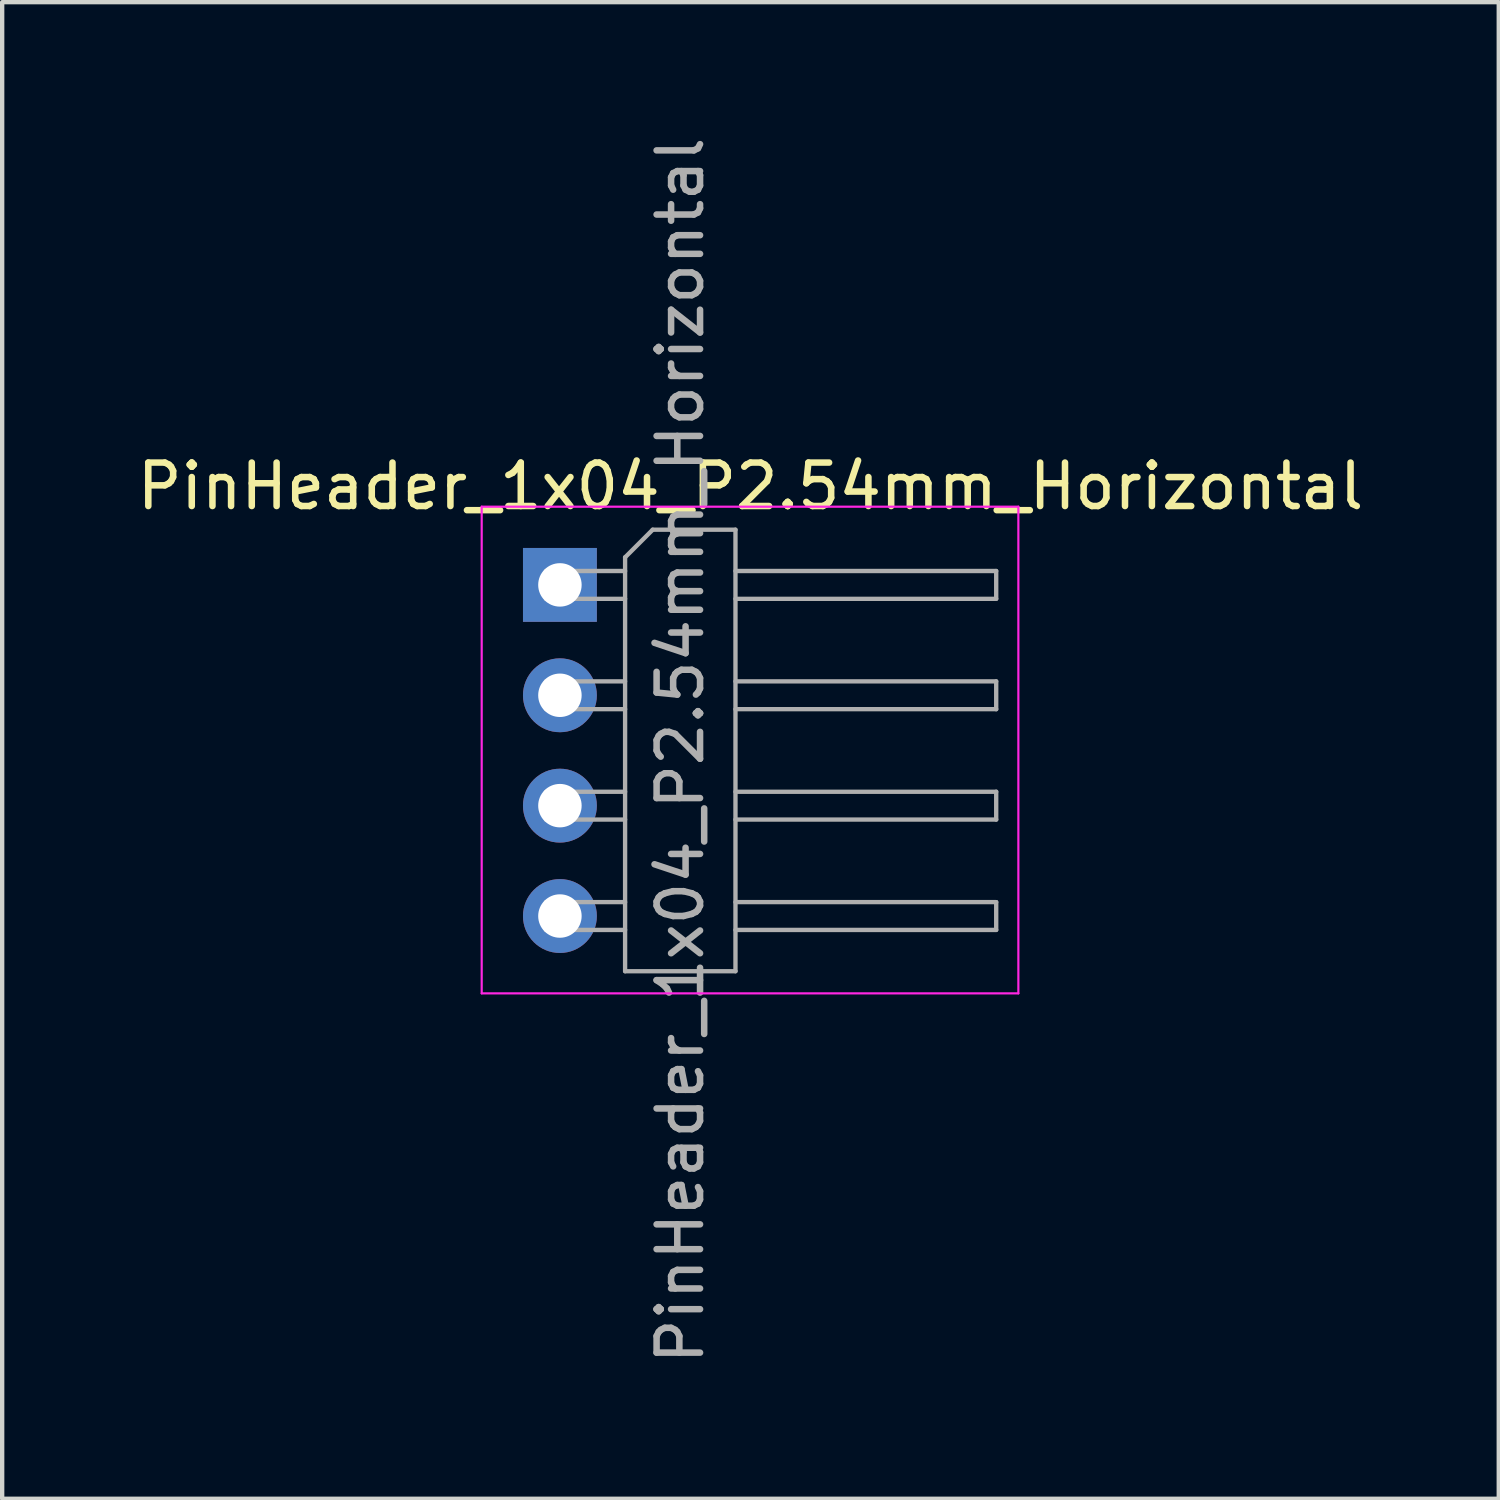
<source format=kicad_pcb>
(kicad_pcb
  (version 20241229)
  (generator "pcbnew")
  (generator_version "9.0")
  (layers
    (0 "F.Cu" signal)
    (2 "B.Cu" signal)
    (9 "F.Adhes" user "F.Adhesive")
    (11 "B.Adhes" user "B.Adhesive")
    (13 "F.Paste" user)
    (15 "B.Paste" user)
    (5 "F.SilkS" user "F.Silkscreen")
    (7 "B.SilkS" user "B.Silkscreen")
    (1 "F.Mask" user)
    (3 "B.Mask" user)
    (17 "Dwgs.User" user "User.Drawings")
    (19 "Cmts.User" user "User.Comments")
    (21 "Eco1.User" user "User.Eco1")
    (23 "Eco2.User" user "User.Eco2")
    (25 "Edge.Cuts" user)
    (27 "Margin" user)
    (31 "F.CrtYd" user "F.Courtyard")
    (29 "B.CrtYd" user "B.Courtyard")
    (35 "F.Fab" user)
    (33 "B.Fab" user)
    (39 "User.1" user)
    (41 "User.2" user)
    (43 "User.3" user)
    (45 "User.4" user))
  (footprint "PinHeader_1x04_P2.54mm_Horizontal"
    (layer "F.Cu")
    (at 9.835 10.41)
    (property "Reference" "PinHeader_1x04_P2.54mm_Horizontal" (at 4.385 -2.27 0) (layer "F.SilkS") (effects (font (size 1 1) (thickness 0.15))))
    (attr through_hole)
    (fp_line (start -1.8 -1.8) (end -1.8 9.4) (stroke (width 0.05) (type solid)) (layer "F.CrtYd"))
    (fp_line (start -1.8 9.4) (end 10.55 9.4) (stroke (width 0.05) (type solid)) (layer "F.CrtYd"))
    (fp_line (start 10.55 -1.8) (end -1.8 -1.8) (stroke (width 0.05) (type solid)) (layer "F.CrtYd"))
    (fp_line (start 10.55 9.4) (end 10.55 -1.8) (stroke (width 0.05) (type solid)) (layer "F.CrtYd"))
    (fp_line (start -0.32 -0.32) (end -0.32 0.32) (stroke (width 0.1) (type solid)) (layer "F.Fab"))
    (fp_line (start -0.32 -0.32) (end 1.5 -0.32) (stroke (width 0.1) (type solid)) (layer "F.Fab"))
    (fp_line (start -0.32 0.32) (end 1.5 0.32) (stroke (width 0.1) (type solid)) (layer "F.Fab"))
    (fp_line (start -0.32 2.22) (end -0.32 2.86) (stroke (width 0.1) (type solid)) (layer "F.Fab"))
    (fp_line (start -0.32 2.22) (end 1.5 2.22) (stroke (width 0.1) (type solid)) (layer "F.Fab"))
    (fp_line (start -0.32 2.86) (end 1.5 2.86) (stroke (width 0.1) (type solid)) (layer "F.Fab"))
    (fp_line (start -0.32 4.76) (end -0.32 5.4) (stroke (width 0.1) (type solid)) (layer "F.Fab"))
    (fp_line (start -0.32 4.76) (end 1.5 4.76) (stroke (width 0.1) (type solid)) (layer "F.Fab"))
    (fp_line (start -0.32 5.4) (end 1.5 5.4) (stroke (width 0.1) (type solid)) (layer "F.Fab"))
    (fp_line (start -0.32 7.3) (end -0.32 7.94) (stroke (width 0.1) (type solid)) (layer "F.Fab"))
    (fp_line (start -0.32 7.3) (end 1.5 7.3) (stroke (width 0.1) (type solid)) (layer "F.Fab"))
    (fp_line (start -0.32 7.94) (end 1.5 7.94) (stroke (width 0.1) (type solid)) (layer "F.Fab"))
    (fp_line (start 1.5 -0.635) (end 2.135 -1.27) (stroke (width 0.1) (type solid)) (layer "F.Fab"))
    (fp_line (start 1.5 8.89) (end 1.5 -0.635) (stroke (width 0.1) (type solid)) (layer "F.Fab"))
    (fp_line (start 2.135 -1.27) (end 4.04 -1.27) (stroke (width 0.1) (type solid)) (layer "F.Fab"))
    (fp_line (start 4.04 -1.27) (end 4.04 8.89) (stroke (width 0.1) (type solid)) (layer "F.Fab"))
    (fp_line (start 4.04 -0.32) (end 10.04 -0.32) (stroke (width 0.1) (type solid)) (layer "F.Fab"))
    (fp_line (start 4.04 0.32) (end 10.04 0.32) (stroke (width 0.1) (type solid)) (layer "F.Fab"))
    (fp_line (start 4.04 2.22) (end 10.04 2.22) (stroke (width 0.1) (type solid)) (layer "F.Fab"))
    (fp_line (start 4.04 2.86) (end 10.04 2.86) (stroke (width 0.1) (type solid)) (layer "F.Fab"))
    (fp_line (start 4.04 4.76) (end 10.04 4.76) (stroke (width 0.1) (type solid)) (layer "F.Fab"))
    (fp_line (start 4.04 5.4) (end 10.04 5.4) (stroke (width 0.1) (type solid)) (layer "F.Fab"))
    (fp_line (start 4.04 7.3) (end 10.04 7.3) (stroke (width 0.1) (type solid)) (layer "F.Fab"))
    (fp_line (start 4.04 7.94) (end 10.04 7.94) (stroke (width 0.1) (type solid)) (layer "F.Fab"))
    (fp_line (start 4.04 8.89) (end 1.5 8.89) (stroke (width 0.1) (type solid)) (layer "F.Fab"))
    (fp_line (start 10.04 -0.32) (end 10.04 0.32) (stroke (width 0.1) (type solid)) (layer "F.Fab"))
    (fp_line (start 10.04 2.22) (end 10.04 2.86) (stroke (width 0.1) (type solid)) (layer "F.Fab"))
    (fp_line (start 10.04 4.76) (end 10.04 5.4) (stroke (width 0.1) (type solid)) (layer "F.Fab"))
    (fp_line (start 10.04 7.3) (end 10.04 7.94) (stroke (width 0.1) (type solid)) (layer "F.Fab"))
    (fp_text user "${REFERENCE}" (at 2.77 3.81 90) (layer "F.Fab") (effects (font (size 1 1) (thickness 0.15))))
    (pad "1" thru_hole rect (at 0 0) (size 1.7 1.7) (drill 1) (layers "*.Cu" "*.Mask"))
    (pad "2" thru_hole oval (at 0 2.54) (size 1.7 1.7) (drill 1) (layers "*.Cu" "*.Mask"))
    (pad "3" thru_hole oval (at 0 5.08) (size 1.7 1.7) (drill 1) (layers "*.Cu" "*.Mask"))
    (pad "4" thru_hole oval (at 0 7.62) (size 1.7 1.7) (drill 1) (layers "*.Cu" "*.Mask")))
  (gr_rect
    (start -3 -3)
    (end 31.44 31.44)
    (stroke (width 0.1) (type default))
    (fill no)
    (layer "Edge.Cuts")))
</source>
